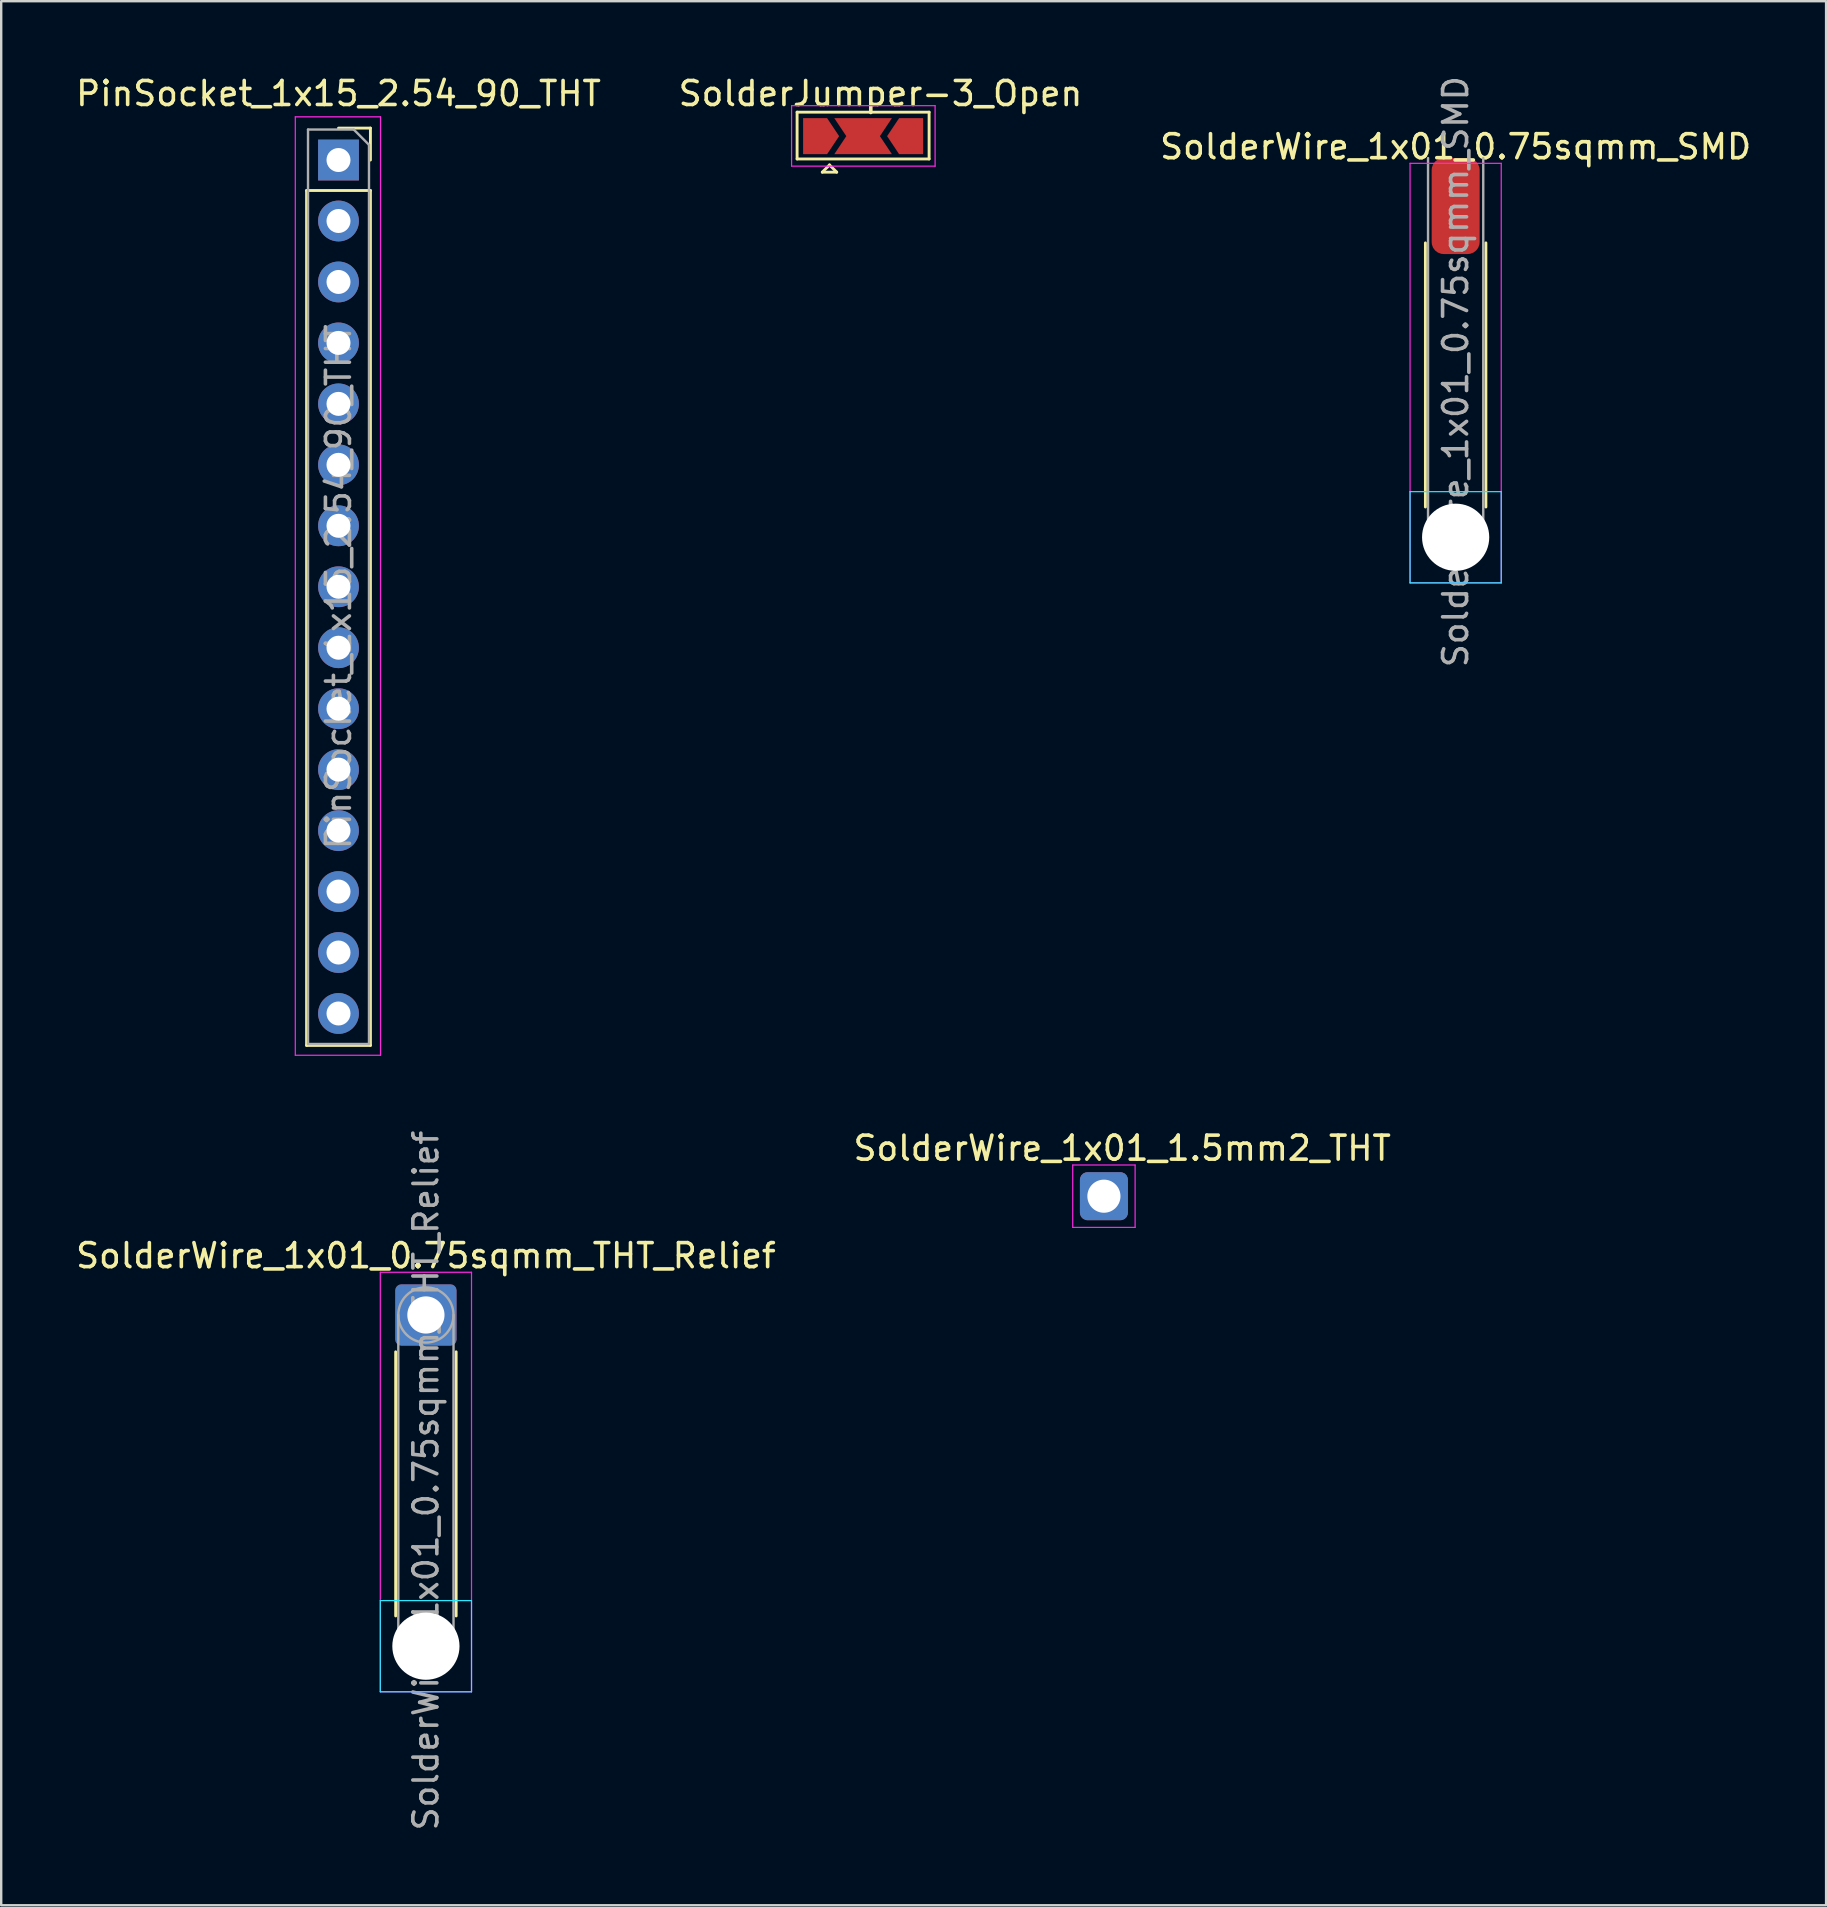
<source format=kicad_pcb>
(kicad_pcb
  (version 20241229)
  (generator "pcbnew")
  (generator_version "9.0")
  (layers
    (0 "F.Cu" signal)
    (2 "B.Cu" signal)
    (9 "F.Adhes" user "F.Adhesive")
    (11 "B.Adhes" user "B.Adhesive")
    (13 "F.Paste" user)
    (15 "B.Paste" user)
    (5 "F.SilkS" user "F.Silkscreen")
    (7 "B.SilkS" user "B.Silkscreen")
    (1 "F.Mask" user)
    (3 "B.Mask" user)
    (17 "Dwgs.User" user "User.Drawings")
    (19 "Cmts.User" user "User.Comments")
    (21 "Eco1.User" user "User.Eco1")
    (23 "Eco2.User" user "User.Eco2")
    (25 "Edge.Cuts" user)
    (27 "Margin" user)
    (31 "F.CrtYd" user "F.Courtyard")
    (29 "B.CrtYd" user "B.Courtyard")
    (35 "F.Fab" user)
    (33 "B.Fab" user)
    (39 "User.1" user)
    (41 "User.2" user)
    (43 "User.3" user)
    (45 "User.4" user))
  (footprint "PinSocket_1x15_2.54_90_THT"
    (layer "F.Cu")
    (at 11.054 3.618)
    (property "Reference" "PinSocket_1x15_2.54_90_THT" (at 0 -2.77 0) (layer "F.SilkS") (effects (font (size 1 1) (thickness 0.15))))
    (attr through_hole)
    (fp_line (start -1.33 1.27) (end -1.33 36.89) (stroke (width 0.12) (type solid)) (layer "F.SilkS"))
    (fp_line (start -1.33 1.27) (end 1.33 1.27) (stroke (width 0.12) (type solid)) (layer "F.SilkS"))
    (fp_line (start -1.33 36.89) (end 1.33 36.89) (stroke (width 0.12) (type solid)) (layer "F.SilkS"))
    (fp_line (start 0 -1.33) (end 1.33 -1.33) (stroke (width 0.12) (type solid)) (layer "F.SilkS"))
    (fp_line (start 1.33 -1.33) (end 1.33 0) (stroke (width 0.12) (type solid)) (layer "F.SilkS"))
    (fp_line (start 1.33 1.27) (end 1.33 36.89) (stroke (width 0.12) (type solid)) (layer "F.SilkS"))
    (fp_line (start -1.8 -1.8) (end 1.75 -1.8) (stroke (width 0.05) (type solid)) (layer "F.CrtYd"))
    (fp_line (start -1.8 37.3) (end -1.8 -1.8) (stroke (width 0.05) (type solid)) (layer "F.CrtYd"))
    (fp_line (start 1.75 -1.8) (end 1.75 37.3) (stroke (width 0.05) (type solid)) (layer "F.CrtYd"))
    (fp_line (start 1.75 37.3) (end -1.8 37.3) (stroke (width 0.05) (type solid)) (layer "F.CrtYd"))
    (fp_line (start -1.27 -1.27) (end 0.635 -1.27) (stroke (width 0.1) (type solid)) (layer "F.Fab"))
    (fp_line (start -1.27 36.83) (end -1.27 -1.27) (stroke (width 0.1) (type solid)) (layer "F.Fab"))
    (fp_line (start 0.635 -1.27) (end 1.27 -0.635) (stroke (width 0.1) (type solid)) (layer "F.Fab"))
    (fp_line (start 1.27 -0.635) (end 1.27 36.83) (stroke (width 0.1) (type solid)) (layer "F.Fab"))
    (fp_line (start 1.27 36.83) (end -1.27 36.83) (stroke (width 0.1) (type solid)) (layer "F.Fab"))
    (fp_text user "${REFERENCE}" (at 0 17.78 90) (layer "F.Fab") (effects (font (size 1 1) (thickness 0.15))))
    (pad "1" thru_hole rect (at 0 0) (size 1.7 1.7) (drill 1) (layers "*.Cu" "*.Mask"))
    (pad "2" thru_hole oval (at 0 2.54) (size 1.7 1.7) (drill 1) (layers "*.Cu" "*.Mask"))
    (pad "3" thru_hole oval (at 0 5.08) (size 1.7 1.7) (drill 1) (layers "*.Cu" "*.Mask"))
    (pad "4" thru_hole oval (at 0 7.62) (size 1.7 1.7) (drill 1) (layers "*.Cu" "*.Mask"))
    (pad "5" thru_hole oval (at 0 10.16) (size 1.7 1.7) (drill 1) (layers "*.Cu" "*.Mask"))
    (pad "6" thru_hole oval (at 0 12.7) (size 1.7 1.7) (drill 1) (layers "*.Cu" "*.Mask"))
    (pad "7" thru_hole oval (at 0 15.24) (size 1.7 1.7) (drill 1) (layers "*.Cu" "*.Mask"))
    (pad "8" thru_hole oval (at 0 17.78) (size 1.7 1.7) (drill 1) (layers "*.Cu" "*.Mask"))
    (pad "9" thru_hole oval (at 0 20.32) (size 1.7 1.7) (drill 1) (layers "*.Cu" "*.Mask"))
    (pad "10" thru_hole oval (at 0 22.86) (size 1.7 1.7) (drill 1) (layers "*.Cu" "*.Mask"))
    (pad "11" thru_hole oval (at 0 25.4) (size 1.7 1.7) (drill 1) (layers "*.Cu" "*.Mask"))
    (pad "12" thru_hole oval (at 0 27.94) (size 1.7 1.7) (drill 1) (layers "*.Cu" "*.Mask"))
    (pad "13" thru_hole oval (at 0 30.48) (size 1.7 1.7) (drill 1) (layers "*.Cu" "*.Mask"))
    (pad "14" thru_hole oval (at 0 33.02) (size 1.7 1.7) (drill 1) (layers "*.Cu" "*.Mask"))
    (pad "15" thru_hole oval (at 0 35.56) (size 1.7 1.7) (drill 1) (layers "*.Cu" "*.Mask")))
  (footprint "SolderJumper-3_Open"
    (layer "F.Cu")
    (at 32.912 2.623)
    (property "Reference" "SolderJumper-3_Open" (at 0.725 -1.775 0) (layer "F.SilkS") (effects (font (size 1 1) (thickness 0.15))))
    (attr exclude_from_pos_files exclude_from_bom)
    (fp_line (start -2.75 -1) (end 2.75 -1) (stroke (width 0.12) (type solid)) (layer "F.SilkS"))
    (fp_line (start -2.75 0.95) (end -2.75 -1) (stroke (width 0.12) (type solid)) (layer "F.SilkS"))
    (fp_line (start -1.7 1.5) (end -1.1 1.5) (stroke (width 0.12) (type solid)) (layer "F.SilkS"))
    (fp_line (start -1.4 1.2) (end -1.7 1.5) (stroke (width 0.12) (type solid)) (layer "F.SilkS"))
    (fp_line (start -1.1 1.5) (end -1.4 1.2) (stroke (width 0.12) (type solid)) (layer "F.SilkS"))
    (fp_line (start 2.75 -1) (end 2.75 0.95) (stroke (width 0.12) (type solid)) (layer "F.SilkS"))
    (fp_line (start 2.75 0.95) (end -2.75 0.95) (stroke (width 0.12) (type solid)) (layer "F.SilkS"))
    (fp_line (start -2.98 -1.27) (end -2.98 1.25) (stroke (width 0.05) (type solid)) (layer "F.CrtYd"))
    (fp_line (start -2.98 -1.27) (end 3 -1.27) (stroke (width 0.05) (type solid)) (layer "F.CrtYd"))
    (fp_line (start 3 1.25) (end -2.98 1.25) (stroke (width 0.05) (type solid)) (layer "F.CrtYd"))
    (fp_line (start 3 1.25) (end 3 -1.27) (stroke (width 0.05) (type solid)) (layer "F.CrtYd"))
    (pad "" smd rect (at -1.2 0) (size 1.5 1.5) (layers "F.Mask"))
    (pad "" smd rect (at 1.2 0) (size 1.5 1.5) (layers "F.Mask"))
    (pad "1" smd custom (at -2 0) (size 0.3 0.3) (layers "F.Cu" "F.Mask") (options (anchor rect)) (primitives (gr_poly (pts (xy -0.5 -0.75) (xy 0.5 -0.75) (xy 1 0) (xy 0.5 0.75) (xy -0.5 0.75)) (width 0) (fill yes))))
    (pad "2" smd custom (at 0 0) (size 0.3 0.3) (layers "F.Cu") (options (anchor rect)) (primitives (gr_poly (pts (xy -1.2 -0.75) (xy 1.2 -0.75) (xy 0.7 0) (xy 1.2 0.75) (xy -1.2 0.75) (xy -0.7 0)) (width 0) (fill yes))))
    (pad "3" smd custom (at 2 0 180) (size 0.3 0.3) (layers "F.Cu" "F.Mask") (options (anchor rect)) (primitives (gr_poly (pts (xy -0.5 -0.75) (xy 0.5 -0.75) (xy 1 0) (xy 0.5 0.75) (xy -0.5 0.75)) (width 0) (fill yes)))))
  (footprint "SolderWire_1x01_1.5mm2_THT"
    (layer "F.Cu")
    (at 42.946 46.791)
    (property "Reference" "SolderWire_1x01_1.5mm2_THT" (at 0.762 -2 0) (layer "F.SilkS") (effects (font (size 1 1) (thickness 0.15))))
    (attr exclude_from_pos_files exclude_from_bom)
    (fp_line (start -1.3 -1.3) (end -1.3 1.3) (stroke (width 0.05) (type solid)) (layer "F.CrtYd"))
    (fp_line (start -1.3 1.3) (end 1.3 1.3) (stroke (width 0.05) (type solid)) (layer "F.CrtYd"))
    (fp_line (start 1.3 -1.3) (end -1.3 -1.3) (stroke (width 0.05) (type solid)) (layer "F.CrtYd"))
    (fp_line (start 1.3 1.3) (end 1.3 -1.3) (stroke (width 0.05) (type solid)) (layer "F.CrtYd"))
    (fp_circle (center 0 0) (end 0.5 0) (stroke (width 0.1) (type solid)) (fill no) (layer "F.Fab"))
    (pad "1" thru_hole roundrect (at 0 0) (size 2 2) (drill 1.38) (layers "*.Cu" "*.Mask") (roundrect_rratio 0.156)))
  (footprint "SolderWire_1x01_0.75sqmm_THT_Relief"
    (layer "F.Cu")
    (at 14.696 51.74)
    (property "Reference" "SolderWire_1x01_0.75sqmm_THT_Relief" (at 0 -2.47 0) (layer "F.SilkS") (effects (font (size 1 1) (thickness 0.15))))
    (attr exclude_from_pos_files exclude_from_bom)
    (fp_line (start -1.26 1.535) (end -1.26 12.54) (stroke (width 0.12) (type solid)) (layer "F.SilkS"))
    (fp_line (start 1.26 1.535) (end 1.26 12.54) (stroke (width 0.12) (type solid)) (layer "F.SilkS"))
    (fp_line (start -1.9 11.9) (end -1.9 15.7) (stroke (width 0.05) (type solid)) (layer "B.CrtYd"))
    (fp_line (start -1.9 15.7) (end 1.9 15.7) (stroke (width 0.05) (type solid)) (layer "B.CrtYd"))
    (fp_line (start 1.9 11.9) (end -1.9 11.9) (stroke (width 0.05) (type solid)) (layer "B.CrtYd"))
    (fp_line (start 1.9 15.7) (end 1.9 11.9) (stroke (width 0.05) (type solid)) (layer "B.CrtYd"))
    (fp_line (start -1.9 -1.78) (end -1.9 15.7) (stroke (width 0.05) (type solid)) (layer "F.CrtYd"))
    (fp_line (start -1.9 15.7) (end 1.9 15.7) (stroke (width 0.05) (type solid)) (layer "F.CrtYd"))
    (fp_line (start 1.9 -1.78) (end -1.9 -1.78) (stroke (width 0.05) (type solid)) (layer "F.CrtYd"))
    (fp_line (start 1.9 15.7) (end 1.9 -1.78) (stroke (width 0.05) (type solid)) (layer "F.CrtYd"))
    (fp_line (start -1.15 0) (end -1.15 13.8) (stroke (width 0.1) (type solid)) (layer "F.Fab"))
    (fp_line (start 1.15 0) (end 1.15 13.8) (stroke (width 0.1) (type solid)) (layer "F.Fab"))
    (fp_circle (center 0 0) (end 1.15 0) (stroke (width 0.1) (type solid)) (fill no) (layer "F.Fab"))
    (fp_circle (center 0 13.8) (end 1.15 13.8) (stroke (width 0.1) (type solid)) (fill no) (layer "F.Fab"))
    (fp_text user "${REFERENCE}" (at 0 6.9 90) (layer "F.Fab") (effects (font (size 1 1) (thickness 0.15))))
    (pad "" np_thru_hole circle (at 0 13.8) (size 2.8 2.8) (drill 2.8) (layers "*.Cu" "*.Mask"))
    (pad "1" thru_hole roundrect (at 0 0) (size 2.55 2.55) (drill 1.55) (layers "*.Cu" "*.Mask") (roundrect_rratio 0.098)))
  (footprint "SolderWire_1x01_0.75sqmm_SMD"
    (layer "F.Cu")
    (at 57.601 5.535)
    (property "Reference" "SolderWire_1x01_0.75sqmm_SMD" (at 0 -2.47 0) (layer "F.SilkS") (effects (font (size 1 1) (thickness 0.15))))
    (attr exclude_from_pos_files exclude_from_bom)
    (fp_line (start -1.26 1.535) (end -1.26 12.54) (stroke (width 0.12) (type solid)) (layer "F.SilkS"))
    (fp_line (start 1.26 1.535) (end 1.26 12.54) (stroke (width 0.12) (type solid)) (layer "F.SilkS"))
    (fp_line (start -1.9 11.9) (end -1.9 15.7) (stroke (width 0.05) (type solid)) (layer "B.CrtYd"))
    (fp_line (start -1.9 15.7) (end 1.9 15.7) (stroke (width 0.05) (type solid)) (layer "B.CrtYd"))
    (fp_line (start 1.9 11.9) (end -1.9 11.9) (stroke (width 0.05) (type solid)) (layer "B.CrtYd"))
    (fp_line (start 1.9 15.7) (end 1.9 11.9) (stroke (width 0.05) (type solid)) (layer "B.CrtYd"))
    (fp_line (start -1.9 -1.78) (end -1.9 15.7) (stroke (width 0.05) (type solid)) (layer "F.CrtYd"))
    (fp_line (start -1.9 15.7) (end 1.9 15.7) (stroke (width 0.05) (type solid)) (layer "F.CrtYd"))
    (fp_line (start 1.9 -1.78) (end -1.9 -1.78) (stroke (width 0.05) (type solid)) (layer "F.CrtYd"))
    (fp_line (start 1.9 15.7) (end 1.9 -1.78) (stroke (width 0.05) (type solid)) (layer "F.CrtYd"))
    (fp_line (start -1.15 -2) (end -1.15 13.8) (stroke (width 0.1) (type solid)) (layer "F.Fab"))
    (fp_line (start 1.15 -2) (end 1.15 13.8) (stroke (width 0.1) (type solid)) (layer "F.Fab"))
    (fp_circle (center 0 13.8) (end 1.15 13.8) (stroke (width 0.1) (type solid)) (fill no) (layer "F.Fab"))
    (fp_text user "${REFERENCE}" (at 0 6.9 90) (layer "F.Fab") (effects (font (size 1 1) (thickness 0.15))))
    (pad "" np_thru_hole circle (at 0 13.8) (size 2.8 2.8) (drill 2.8) (layers "*.Cu" "*.Mask"))
    (pad "1" smd roundrect (at 0 0) (size 2 4) (layers "F.Cu" "F.Mask" "F.Paste") (roundrect_rratio 0.25)))
  (gr_rect
    (start -3 -3)
    (end 73.036 76.336)
    (stroke (width 0.1) (type default))
    (fill no)
    (layer "Edge.Cuts")))
</source>
